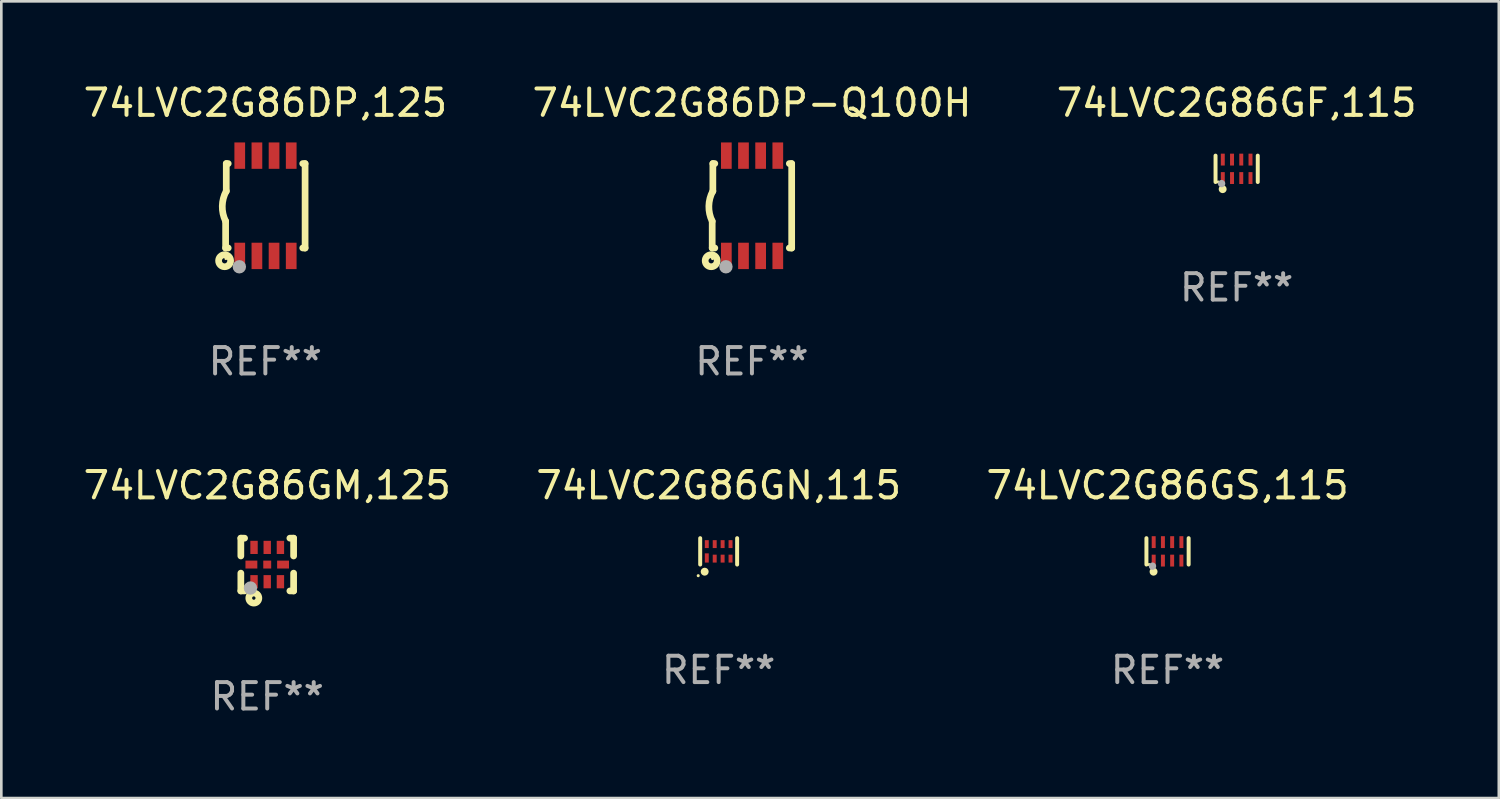
<source format=kicad_pcb>
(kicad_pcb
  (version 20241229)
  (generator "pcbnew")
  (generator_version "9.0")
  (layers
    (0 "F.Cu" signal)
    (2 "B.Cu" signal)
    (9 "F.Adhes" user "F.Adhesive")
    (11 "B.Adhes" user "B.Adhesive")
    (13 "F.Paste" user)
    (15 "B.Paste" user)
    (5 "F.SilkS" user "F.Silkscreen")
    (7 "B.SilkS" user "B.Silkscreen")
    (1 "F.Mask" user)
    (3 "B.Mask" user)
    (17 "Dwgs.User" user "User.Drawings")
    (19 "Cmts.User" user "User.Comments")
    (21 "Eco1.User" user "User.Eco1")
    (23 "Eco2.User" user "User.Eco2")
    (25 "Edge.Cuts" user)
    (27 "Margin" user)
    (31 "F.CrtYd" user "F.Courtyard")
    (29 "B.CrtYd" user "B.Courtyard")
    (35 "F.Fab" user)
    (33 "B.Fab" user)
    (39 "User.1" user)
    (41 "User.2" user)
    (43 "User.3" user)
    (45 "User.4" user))
  (footprint "74LVC2G86GF,115"
    (layer "F.Cu")
    (at 43.815 3.348)
    (property "Reference" "74LVC2G86GF,115" (at 0 -2.5 0) (layer "F.SilkS") (effects (font (size 1 1) (thickness 0.15))))
    (attr through_hole)
    (fp_line (start -0.8 -0.5) (end -0.8 0.5) (stroke (width 0.15) (type solid)) (layer "F.SilkS"))
    (fp_line (start 0.8 -0.5) (end 0.8 0.5) (stroke (width 0.15) (type solid)) (layer "F.SilkS"))
    (fp_circle (center -0.7 0.5) (end -0.67 0.5) (stroke (width 0.06) (type solid)) (fill no) (layer "F.SilkS"))
    (fp_circle (center -0.53 0.77) (end -0.454 0.77) (stroke (width 0.15) (type solid)) (fill no) (layer "F.SilkS"))
    (fp_circle (center -0.57 0.56) (end -0.5 0.56) (stroke (width 0.14) (type solid)) (fill no) (layer "F.Fab"))
    (fp_text user "REF**" (at 0 4.5 0) (layer "F.Fab") (effects (font (size 1 1) (thickness 0.15))))
    (pad "1" smd rect (at -0.525 0.35) (size 0.15 0.45) (layers "F.Cu" "F.Mask" "F.Paste"))
    (pad "2" smd rect (at -0.175 0.35) (size 0.15 0.45) (layers "F.Cu" "F.Mask" "F.Paste"))
    (pad "3" smd rect (at 0.175 0.35) (size 0.15 0.45) (layers "F.Cu" "F.Mask" "F.Paste"))
    (pad "4" smd rect (at 0.525 0.35) (size 0.15 0.45) (layers "F.Cu" "F.Mask" "F.Paste"))
    (pad "5" smd rect (at 0.525 -0.35) (size 0.15 0.45) (layers "F.Cu" "F.Mask" "F.Paste"))
    (pad "6" smd rect (at 0.175 -0.35) (size 0.15 0.45) (layers "F.Cu" "F.Mask" "F.Paste"))
    (pad "7" smd rect (at -0.175 -0.35) (size 0.15 0.45) (layers "F.Cu" "F.Mask" "F.Paste"))
    (pad "8" smd rect (at -0.525 -0.35) (size 0.15 0.45) (layers "F.Cu" "F.Mask" "F.Paste")))
  (footprint "74LVC2G86DP,125"
    (layer "F.Cu")
    (at 7.006 4.748)
    (property "Reference" "74LVC2G86DP,125" (at 0 -3.9 0) (layer "F.SilkS") (effects (font (size 1 1) (thickness 0.15))))
    (attr through_hole)
    (fp_line (start -1.506 1.6) (end -1.506 0.584) (stroke (width 0.254) (type solid)) (layer "F.SilkS"))
    (fp_line (start -1.506 1.6) (end -1.407 1.6) (stroke (width 0.254) (type solid)) (layer "F.SilkS"))
    (fp_line (start -1.481 -1.599) (end -1.481 -0.549) (stroke (width 0.254) (type solid)) (layer "F.SilkS"))
    (fp_line (start -1.481 -1.599) (end -1.407 -1.599) (stroke (width 0.254) (type solid)) (layer "F.SilkS"))
    (fp_line (start 1.417 -1.599) (end 1.506 -1.599) (stroke (width 0.254) (type solid)) (layer "F.SilkS"))
    (fp_line (start 1.417 1.6) (end 1.506 1.6) (stroke (width 0.254) (type solid)) (layer "F.SilkS"))
    (fp_line (start 1.506 1.603) (end 1.506 -1.595) (stroke (width 0.254) (type solid)) (layer "F.SilkS"))
    (fp_arc (start -1.506223 0.584328) (mid -1.632455 0.00974) (end -1.480823 -0.558674) (stroke (width 0.254001) (type solid)) (layer "F.SilkS"))
    (fp_circle (center -1.544 2.083) (end -1.443 2.083) (stroke (width 0.254) (type solid)) (fill no) (layer "F.SilkS"))
    (fp_circle (center -1.495 2) (end -1.465 2) (stroke (width 0.06) (type solid)) (fill no) (layer "F.SilkS"))
    (fp_circle (center -0.986 2.312) (end -0.859 2.312) (stroke (width 0.254) (type solid)) (fill no) (layer "F.Fab"))
    (fp_text user "REF**" (at 0 5.9 0) (layer "F.Fab") (effects (font (size 1 1) (thickness 0.15))))
    (pad "1" smd rect (at -0.97 1.9 90) (size 1 0.406) (layers "F.Cu" "F.Mask" "F.Paste"))
    (pad "2" smd rect (at -0.32 1.9 90) (size 1 0.406) (layers "F.Cu" "F.Mask" "F.Paste"))
    (pad "3" smd rect (at 0.33 1.9 90) (size 1 0.406) (layers "F.Cu" "F.Mask" "F.Paste"))
    (pad "4" smd rect (at 0.98 1.9 90) (size 1 0.406) (layers "F.Cu" "F.Mask" "F.Paste"))
    (pad "5" smd rect (at 0.98 -1.9 90) (size 1 0.406) (layers "F.Cu" "F.Mask" "F.Paste"))
    (pad "6" smd rect (at 0.33 -1.9 90) (size 1 0.406) (layers "F.Cu" "F.Mask" "F.Paste"))
    (pad "7" smd rect (at -0.32 -1.9 90) (size 1 0.406) (layers "F.Cu" "F.Mask" "F.Paste"))
    (pad "8" smd rect (at -0.97 -1.9 90) (size 1 0.406) (layers "F.Cu" "F.Mask" "F.Paste")))
  (footprint "74LVC2G86GM,125"
    (layer "F.Cu")
    (at 7.077 18.345)
    (property "Reference" "74LVC2G86GM,125" (at 0 -3 0) (layer "F.SilkS") (effects (font (size 1 1) (thickness 0.15))))
    (attr through_hole)
    (fp_line (start -1 -1) (end -0.858 -1) (stroke (width 0.254) (type solid)) (layer "F.SilkS"))
    (fp_line (start -1 -0.325) (end -1 -1) (stroke (width 0.254) (type solid)) (layer "F.SilkS"))
    (fp_line (start -1 1) (end -1 0.325) (stroke (width 0.254) (type solid)) (layer "F.SilkS"))
    (fp_line (start -0.858 1) (end -1 1) (stroke (width 0.254) (type solid)) (layer "F.SilkS"))
    (fp_line (start 0.858 -1) (end 1 -1) (stroke (width 0.254) (type solid)) (layer "F.SilkS"))
    (fp_line (start 1 -1) (end 1 -0.325) (stroke (width 0.254) (type solid)) (layer "F.SilkS"))
    (fp_line (start 1 0.325) (end 1 1) (stroke (width 0.254) (type solid)) (layer "F.SilkS"))
    (fp_line (start 1 1) (end 0.858 1) (stroke (width 0.254) (type solid)) (layer "F.SilkS"))
    (fp_circle (center -0.8 0.8) (end -0.77 0.8) (stroke (width 0.06) (type solid)) (fill no) (layer "F.SilkS"))
    (fp_circle (center -0.508 1.27) (end -0.444 1.27) (stroke (width 0.254) (type solid)) (fill no) (layer "F.SilkS"))
    (fp_circle (center -0.635 0.889) (end -0.508 0.889) (stroke (width 0.254) (type solid)) (fill no) (layer "F.Fab"))
    (fp_text user "REF**" (at 0 5 0) (layer "F.Fab") (effects (font (size 1 1) (thickness 0.15))))
    (pad "1" smd rect (at -0.5 0.65 90) (size 0.5 0.28) (layers "F.Cu" "F.Mask" "F.Paste"))
    (pad "2" smd rect (at 0.000013 0.65 90) (size 0.5 0.28) (layers "F.Cu" "F.Mask" "F.Paste"))
    (pad "3" smd rect (at 0.5 0.65 90) (size 0.5 0.28) (layers "F.Cu" "F.Mask" "F.Paste"))
    (pad "4" smd rect (at 0.6 0.000076 180) (size 0.45 0.3) (layers "F.Cu" "F.Mask" "F.Paste"))
    (pad "5" smd rect (at 0.5 -0.65 90) (size 0.5 0.28) (layers "F.Cu" "F.Mask" "F.Paste"))
    (pad "6" smd rect (at 0.000013 -0.65 90) (size 0.5 0.28) (layers "F.Cu" "F.Mask" "F.Paste"))
    (pad "7" smd rect (at -0.5 -0.65 90) (size 0.5 0.28) (layers "F.Cu" "F.Mask" "F.Paste"))
    (pad "8" smd rect (at -0.6 0.000076 180) (size 0.45 0.3) (layers "F.Cu" "F.Mask" "F.Paste"))
    (pad "9" smd rect (at 0.000013 0.000076 180) (size 0.3 0.3) (layers "F.Cu" "F.Mask" "F.Paste")))
  (footprint "74LVC2G86DP-Q100H"
    (layer "F.Cu")
    (at 25.446 4.748)
    (property "Reference" "74LVC2G86DP-Q100H" (at 0 -3.9 0) (layer "F.SilkS") (effects (font (size 1 1) (thickness 0.15))))
    (attr through_hole)
    (fp_line (start -1.506 1.6) (end -1.506 0.584) (stroke (width 0.254) (type solid)) (layer "F.SilkS"))
    (fp_line (start -1.506 1.6) (end -1.407 1.6) (stroke (width 0.254) (type solid)) (layer "F.SilkS"))
    (fp_line (start -1.481 -1.599) (end -1.481 -0.549) (stroke (width 0.254) (type solid)) (layer "F.SilkS"))
    (fp_line (start -1.481 -1.599) (end -1.407 -1.599) (stroke (width 0.254) (type solid)) (layer "F.SilkS"))
    (fp_line (start 1.417 -1.599) (end 1.506 -1.599) (stroke (width 0.254) (type solid)) (layer "F.SilkS"))
    (fp_line (start 1.417 1.6) (end 1.506 1.6) (stroke (width 0.254) (type solid)) (layer "F.SilkS"))
    (fp_line (start 1.506 1.603) (end 1.506 -1.595) (stroke (width 0.254) (type solid)) (layer "F.SilkS"))
    (fp_arc (start -1.506223 0.584328) (mid -1.632455 0.00974) (end -1.480823 -0.558674) (stroke (width 0.254001) (type solid)) (layer "F.SilkS"))
    (fp_circle (center -1.544 2.083) (end -1.443 2.083) (stroke (width 0.254) (type solid)) (fill no) (layer "F.SilkS"))
    (fp_circle (center -1.495 2) (end -1.465 2) (stroke (width 0.06) (type solid)) (fill no) (layer "F.SilkS"))
    (fp_circle (center -0.986 2.312) (end -0.859 2.312) (stroke (width 0.254) (type solid)) (fill no) (layer "F.Fab"))
    (fp_text user "REF**" (at 0 5.9 0) (layer "F.Fab") (effects (font (size 1 1) (thickness 0.15))))
    (pad "1" smd rect (at -0.97 1.9 90) (size 1 0.406) (layers "F.Cu" "F.Mask" "F.Paste"))
    (pad "2" smd rect (at -0.32 1.9 90) (size 1 0.406) (layers "F.Cu" "F.Mask" "F.Paste"))
    (pad "3" smd rect (at 0.33 1.9 90) (size 1 0.406) (layers "F.Cu" "F.Mask" "F.Paste"))
    (pad "4" smd rect (at 0.98 1.9 90) (size 1 0.406) (layers "F.Cu" "F.Mask" "F.Paste"))
    (pad "5" smd rect (at 0.98 -1.9 90) (size 1 0.406) (layers "F.Cu" "F.Mask" "F.Paste"))
    (pad "6" smd rect (at 0.33 -1.9 90) (size 1 0.406) (layers "F.Cu" "F.Mask" "F.Paste"))
    (pad "7" smd rect (at -0.32 -1.9 90) (size 1 0.406) (layers "F.Cu" "F.Mask" "F.Paste"))
    (pad "8" smd rect (at -0.97 -1.9 90) (size 1 0.406) (layers "F.Cu" "F.Mask" "F.Paste")))
  (footprint "74LVC2G86GN,115"
    (layer "F.Cu")
    (at 24.185 17.845)
    (property "Reference" "74LVC2G86GN,115" (at 0 -2.5 0) (layer "F.SilkS") (effects (font (size 1 1) (thickness 0.15))))
    (attr through_hole)
    (fp_line (start -0.7 -0.5) (end -0.7 0.5) (stroke (width 0.15) (type solid)) (layer "F.SilkS"))
    (fp_line (start 0.7 -0.5) (end 0.7 0.5) (stroke (width 0.15) (type solid)) (layer "F.SilkS"))
    (fp_circle (center -0.775 0.922) (end -0.745 0.922) (stroke (width 0.06) (type solid)) (fill no) (layer "F.SilkS"))
    (fp_circle (center -0.53 0.77) (end -0.454 0.77) (stroke (width 0.15) (type solid)) (fill no) (layer "F.SilkS"))
    (fp_text user "REF**" (at 0 4.5 0) (layer "F.Fab") (effects (font (size 1 1) (thickness 0.15))))
    (pad "1" smd rect (at -0.45 0.25) (size 0.15 0.35) (layers "F.Cu" "F.Mask" "F.Paste"))
    (pad "2" smd rect (at -0.15 0.275) (size 0.15 0.3) (layers "F.Cu" "F.Mask" "F.Paste"))
    (pad "3" smd rect (at 0.15 0.275) (size 0.15 0.3) (layers "F.Cu" "F.Mask" "F.Paste"))
    (pad "4" smd rect (at 0.45 0.275) (size 0.15 0.3) (layers "F.Cu" "F.Mask" "F.Paste"))
    (pad "5" smd rect (at 0.45 -0.275) (size 0.15 0.3) (layers "F.Cu" "F.Mask" "F.Paste"))
    (pad "6" smd rect (at 0.15 -0.275) (size 0.15 0.3) (layers "F.Cu" "F.Mask" "F.Paste"))
    (pad "7" smd rect (at -0.15 -0.275) (size 0.15 0.3) (layers "F.Cu" "F.Mask" "F.Paste"))
    (pad "8" smd rect (at -0.45 -0.275) (size 0.15 0.3) (layers "F.Cu" "F.Mask" "F.Paste")))
  (footprint "74LVC2G86GS,115"
    (layer "F.Cu")
    (at 41.196 17.845)
    (property "Reference" "74LVC2G86GS,115" (at 0 -2.5 0) (layer "F.SilkS") (effects (font (size 1 1) (thickness 0.15))))
    (attr through_hole)
    (fp_line (start -0.8 -0.5) (end -0.8 0.5) (stroke (width 0.15) (type solid)) (layer "F.SilkS"))
    (fp_line (start 0.8 -0.5) (end 0.8 0.5) (stroke (width 0.15) (type solid)) (layer "F.SilkS"))
    (fp_circle (center -0.7 0.5) (end -0.67 0.5) (stroke (width 0.06) (type solid)) (fill no) (layer "F.SilkS"))
    (fp_circle (center -0.53 0.77) (end -0.454 0.77) (stroke (width 0.15) (type solid)) (fill no) (layer "F.SilkS"))
    (fp_circle (center -0.57 0.56) (end -0.5 0.56) (stroke (width 0.14) (type solid)) (fill no) (layer "F.Fab"))
    (fp_text user "REF**" (at 0 4.5 0) (layer "F.Fab") (effects (font (size 1 1) (thickness 0.15))))
    (pad "1" smd rect (at -0.525 0.35) (size 0.15 0.45) (layers "F.Cu" "F.Mask" "F.Paste"))
    (pad "2" smd rect (at -0.175 0.35) (size 0.15 0.45) (layers "F.Cu" "F.Mask" "F.Paste"))
    (pad "3" smd rect (at 0.175 0.35) (size 0.15 0.45) (layers "F.Cu" "F.Mask" "F.Paste"))
    (pad "4" smd rect (at 0.525 0.35) (size 0.15 0.45) (layers "F.Cu" "F.Mask" "F.Paste"))
    (pad "5" smd rect (at 0.525 -0.35) (size 0.15 0.45) (layers "F.Cu" "F.Mask" "F.Paste"))
    (pad "6" smd rect (at 0.175 -0.35) (size 0.15 0.45) (layers "F.Cu" "F.Mask" "F.Paste"))
    (pad "7" smd rect (at -0.175 -0.35) (size 0.15 0.45) (layers "F.Cu" "F.Mask" "F.Paste"))
    (pad "8" smd rect (at -0.525 -0.35) (size 0.15 0.45) (layers "F.Cu" "F.Mask" "F.Paste")))
  (gr_rect
    (start -3 -3)
    (end 53.75 27.193)
    (stroke (width 0.1) (type default))
    (fill no)
    (layer "Edge.Cuts")))
</source>
